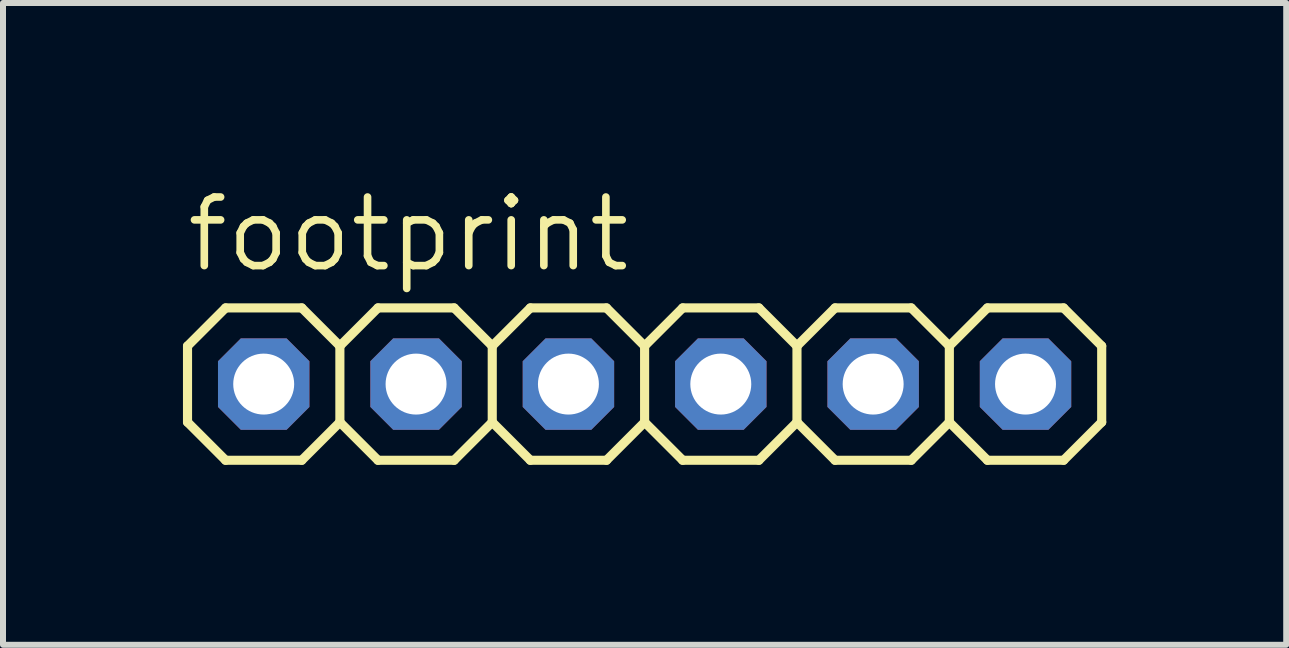
<source format=kicad_pcb>
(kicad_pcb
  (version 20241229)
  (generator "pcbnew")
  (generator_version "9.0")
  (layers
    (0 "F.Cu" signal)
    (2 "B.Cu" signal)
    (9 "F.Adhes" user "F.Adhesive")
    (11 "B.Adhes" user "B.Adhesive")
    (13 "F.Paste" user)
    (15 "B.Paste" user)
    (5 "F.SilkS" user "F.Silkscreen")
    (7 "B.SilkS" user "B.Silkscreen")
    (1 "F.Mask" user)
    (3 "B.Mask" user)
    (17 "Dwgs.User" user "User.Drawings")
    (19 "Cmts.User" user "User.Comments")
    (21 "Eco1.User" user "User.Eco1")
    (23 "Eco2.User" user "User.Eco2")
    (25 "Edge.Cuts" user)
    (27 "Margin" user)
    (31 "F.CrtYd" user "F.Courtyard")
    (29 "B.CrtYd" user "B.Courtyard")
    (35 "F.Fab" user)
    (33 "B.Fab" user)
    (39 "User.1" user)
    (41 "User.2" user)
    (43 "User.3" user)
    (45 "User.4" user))
  (footprint "footprint"
    (layer "F.Cu")
    (at 7.696 3.353)
    (property "Reference" "footprint" (at -7.696 -1.829 0) (layer "F.SilkS") (effects (font (size 1.143 1.143) (thickness 0.127)) (justify left bottom)))
    (fp_line (start -7.62 -0.635) (end -7.62 0.635) (stroke (width 0.152) (type solid)) (layer "F.SilkS"))
    (fp_line (start -7.62 0.635) (end -6.985 1.27) (stroke (width 0.152) (type solid)) (layer "F.SilkS"))
    (fp_line (start -6.985 -1.27) (end -7.62 -0.635) (stroke (width 0.152) (type solid)) (layer "F.SilkS"))
    (fp_line (start -6.985 -1.27) (end -5.715 -1.27) (stroke (width 0.152) (type solid)) (layer "F.SilkS"))
    (fp_line (start -5.715 -1.27) (end -5.08 -0.635) (stroke (width 0.152) (type solid)) (layer "F.SilkS"))
    (fp_line (start -5.715 1.27) (end -6.985 1.27) (stroke (width 0.152) (type solid)) (layer "F.SilkS"))
    (fp_line (start -5.08 -0.635) (end -5.08 0.635) (stroke (width 0.152) (type solid)) (layer "F.SilkS"))
    (fp_line (start -5.08 -0.635) (end -4.445 -1.27) (stroke (width 0.152) (type solid)) (layer "F.SilkS"))
    (fp_line (start -5.08 0.635) (end -5.715 1.27) (stroke (width 0.152) (type solid)) (layer "F.SilkS"))
    (fp_line (start -4.445 -1.27) (end -3.175 -1.27) (stroke (width 0.152) (type solid)) (layer "F.SilkS"))
    (fp_line (start -4.445 1.27) (end -5.08 0.635) (stroke (width 0.152) (type solid)) (layer "F.SilkS"))
    (fp_line (start -3.175 -1.27) (end -2.54 -0.635) (stroke (width 0.152) (type solid)) (layer "F.SilkS"))
    (fp_line (start -3.175 1.27) (end -4.445 1.27) (stroke (width 0.152) (type solid)) (layer "F.SilkS"))
    (fp_line (start -2.54 -0.635) (end -2.54 0.635) (stroke (width 0.152) (type solid)) (layer "F.SilkS"))
    (fp_line (start -2.54 -0.635) (end -1.905 -1.27) (stroke (width 0.152) (type solid)) (layer "F.SilkS"))
    (fp_line (start -2.54 0.635) (end -3.175 1.27) (stroke (width 0.152) (type solid)) (layer "F.SilkS"))
    (fp_line (start -1.905 -1.27) (end -0.635 -1.27) (stroke (width 0.152) (type solid)) (layer "F.SilkS"))
    (fp_line (start -1.905 1.27) (end -2.54 0.635) (stroke (width 0.152) (type solid)) (layer "F.SilkS"))
    (fp_line (start -0.635 -1.27) (end 0 -0.635) (stroke (width 0.152) (type solid)) (layer "F.SilkS"))
    (fp_line (start -0.635 1.27) (end -1.905 1.27) (stroke (width 0.152) (type solid)) (layer "F.SilkS"))
    (fp_line (start 0 -0.635) (end 0 0.635) (stroke (width 0.152) (type solid)) (layer "F.SilkS"))
    (fp_line (start 0 0.635) (end -0.635 1.27) (stroke (width 0.152) (type solid)) (layer "F.SilkS"))
    (fp_line (start 0 0.635) (end 0.635 1.27) (stroke (width 0.152) (type solid)) (layer "F.SilkS"))
    (fp_line (start 0.635 -1.27) (end 0 -0.635) (stroke (width 0.152) (type solid)) (layer "F.SilkS"))
    (fp_line (start 0.635 -1.27) (end 1.905 -1.27) (stroke (width 0.152) (type solid)) (layer "F.SilkS"))
    (fp_line (start 1.905 -1.27) (end 2.54 -0.635) (stroke (width 0.152) (type solid)) (layer "F.SilkS"))
    (fp_line (start 1.905 1.27) (end 0.635 1.27) (stroke (width 0.152) (type solid)) (layer "F.SilkS"))
    (fp_line (start 2.54 -0.635) (end 2.54 0.635) (stroke (width 0.152) (type solid)) (layer "F.SilkS"))
    (fp_line (start 2.54 -0.635) (end 3.175 -1.27) (stroke (width 0.152) (type solid)) (layer "F.SilkS"))
    (fp_line (start 2.54 0.635) (end 1.905 1.27) (stroke (width 0.152) (type solid)) (layer "F.SilkS"))
    (fp_line (start 3.175 -1.27) (end 4.445 -1.27) (stroke (width 0.152) (type solid)) (layer "F.SilkS"))
    (fp_line (start 3.175 1.27) (end 2.54 0.635) (stroke (width 0.152) (type solid)) (layer "F.SilkS"))
    (fp_line (start 4.445 -1.27) (end 5.08 -0.635) (stroke (width 0.152) (type solid)) (layer "F.SilkS"))
    (fp_line (start 4.445 1.27) (end 3.175 1.27) (stroke (width 0.152) (type solid)) (layer "F.SilkS"))
    (fp_line (start 5.08 -0.635) (end 5.08 0.635) (stroke (width 0.152) (type solid)) (layer "F.SilkS"))
    (fp_line (start 5.08 0.635) (end 4.445 1.27) (stroke (width 0.152) (type solid)) (layer "F.SilkS"))
    (fp_line (start 5.08 0.635) (end 5.715 1.27) (stroke (width 0.152) (type solid)) (layer "F.SilkS"))
    (fp_line (start 5.715 -1.27) (end 5.08 -0.635) (stroke (width 0.152) (type solid)) (layer "F.SilkS"))
    (fp_line (start 5.715 -1.27) (end 6.985 -1.27) (stroke (width 0.152) (type solid)) (layer "F.SilkS"))
    (fp_line (start 6.985 -1.27) (end 7.62 -0.635) (stroke (width 0.152) (type solid)) (layer "F.SilkS"))
    (fp_line (start 6.985 1.27) (end 5.715 1.27) (stroke (width 0.152) (type solid)) (layer "F.SilkS"))
    (fp_line (start 7.62 -0.635) (end 7.62 0.635) (stroke (width 0.152) (type solid)) (layer "F.SilkS"))
    (fp_line (start 7.62 0.635) (end 6.985 1.27) (stroke (width 0.152) (type solid)) (layer "F.SilkS"))
    (fp_poly (pts (xy -6.604 0.254) (xy -6.096 0.254) (xy -6.096 -0.254) (xy -6.604 -0.254)) (stroke (width 0.1) (type solid)) (fill no) (layer "F.Fab"))
    (fp_poly (pts (xy -4.064 0.254) (xy -3.556 0.254) (xy -3.556 -0.254) (xy -4.064 -0.254)) (stroke (width 0.1) (type solid)) (fill no) (layer "F.Fab"))
    (fp_poly (pts (xy -1.524 0.254) (xy -1.016 0.254) (xy -1.016 -0.254) (xy -1.524 -0.254)) (stroke (width 0.1) (type solid)) (fill no) (layer "F.Fab"))
    (fp_poly (pts (xy 1.016 0.254) (xy 1.524 0.254) (xy 1.524 -0.254) (xy 1.016 -0.254)) (stroke (width 0.1) (type solid)) (fill no) (layer "F.Fab"))
    (fp_poly (pts (xy 3.556 0.254) (xy 4.064 0.254) (xy 4.064 -0.254) (xy 3.556 -0.254)) (stroke (width 0.1) (type solid)) (fill no) (layer "F.Fab"))
    (fp_poly (pts (xy 6.096 0.254) (xy 6.604 0.254) (xy 6.604 -0.254) (xy 6.096 -0.254)) (stroke (width 0.1) (type solid)) (fill no) (layer "F.Fab"))
    (pad "1" thru_hole roundrect (at -6.35 0 90) (size 1.524 1.524) (drill 1.016) (layers "*.Cu" "*.Mask") (roundrect_rratio 0.25) (chamfer_ratio 0.25) (chamfer top_left top_right bottom_left bottom_right))
    (pad "2" thru_hole roundrect (at -3.81 0 90) (size 1.524 1.524) (drill 1.016) (layers "*.Cu" "*.Mask") (roundrect_rratio 0.25) (chamfer_ratio 0.25) (chamfer top_left top_right bottom_left bottom_right))
    (pad "3" thru_hole roundrect (at -1.27 0 90) (size 1.524 1.524) (drill 1.016) (layers "*.Cu" "*.Mask") (roundrect_rratio 0.25) (chamfer_ratio 0.25) (chamfer top_left top_right bottom_left bottom_right))
    (pad "4" thru_hole roundrect (at 1.27 0 90) (size 1.524 1.524) (drill 1.016) (layers "*.Cu" "*.Mask") (roundrect_rratio 0.25) (chamfer_ratio 0.25) (chamfer top_left top_right bottom_left bottom_right))
    (pad "5" thru_hole roundrect (at 3.81 0 90) (size 1.524 1.524) (drill 1.016) (layers "*.Cu" "*.Mask") (roundrect_rratio 0.25) (chamfer_ratio 0.25) (chamfer top_left top_right bottom_left bottom_right))
    (pad "6" thru_hole roundrect (at 6.35 0 90) (size 1.524 1.524) (drill 1.016) (layers "*.Cu" "*.Mask") (roundrect_rratio 0.25) (chamfer_ratio 0.25) (chamfer top_left top_right bottom_left bottom_right)))
  (gr_rect
    (start -3 -3)
    (end 18.392 7.699)
    (stroke (width 0.1) (type default))
    (fill no)
    (layer "Edge.Cuts")))
</source>
